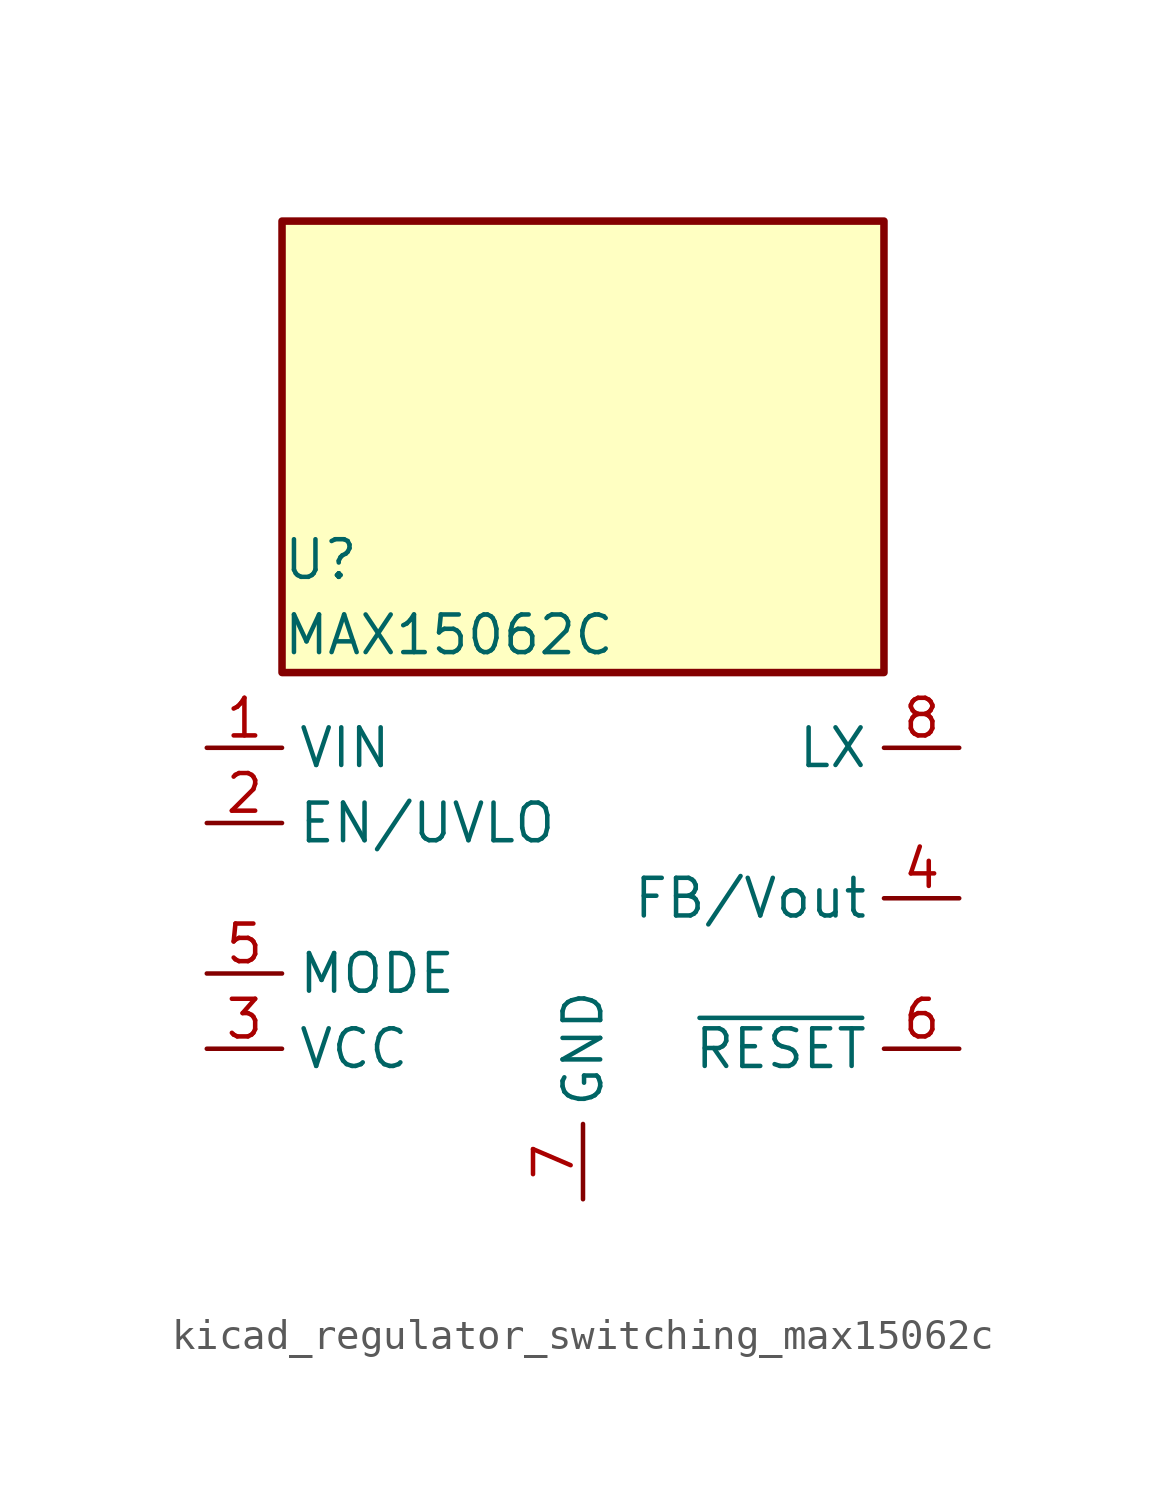
<source format=kicad_sym>
(kicad_symbol_lib
  (version 20220914)
  (generator kicad_symbol_editor)
  (symbol "kicad_regulator_switching_max15062c"
    (property "Reference" "U"
      (at -10.16 11.43 0)
      (effects (font (size 1.27 1.27)) (justify left)))
    (property "Value" "MAX15062C"
      (at -10.16 8.89 0)
      (effects (font (size 1.27 1.27)) (justify left)))
    (symbol "kicad_regulator_switching_max15062c_0_1"
      (rectangle (start 10.16 22.86) (end -10.16 7.62) (stroke (width 0.254) (type default)) (fill (type background))))
    (symbol "kicad_regulator_switching_max15062c_1_1"
      (pin power_in line (at -12.7 5.08 0) (length 2.54) (name "VIN" (effects (font (size 1.27 1.27)))) (number "1" (effects (font (size 1.27 1.27)))))
      (pin input line (at -12.7 2.54 0) (length 2.54) (name "EN/UVLO" (effects (font (size 1.27 1.27)))) (number "2" (effects (font (size 1.27 1.27)))))
      (pin power_out line (at -12.7 -5.08 0) (length 2.54) (name "VCC" (effects (font (size 1.27 1.27)))) (number "3" (effects (font (size 1.27 1.27)))))
      (pin input line (at 12.7 0 180) (length 2.54) (name "FB/Vout" (effects (font (size 1.27 1.27)))) (number "4" (effects (font (size 1.27 1.27)))))
      (pin input line (at -12.7 -2.54 0) (length 2.54) (name "MODE" (effects (font (size 1.27 1.27)))) (number "5" (effects (font (size 1.27 1.27)))))
      (pin open_collector line (at 12.7 -5.08 180) (length 2.54) (name "~{RESET}" (effects (font (size 1.27 1.27)))) (number "6" (effects (font (size 1.27 1.27)))))
      (pin power_in line (at 0 -10.16 90) (length 2.54) (name "GND" (effects (font (size 1.27 1.27)))) (number "7" (effects (font (size 1.27 1.27)))))
      (pin power_out line (at 12.7 5.08 180) (length 2.54) (name "LX" (effects (font (size 1.27 1.27)))) (number "8" (effects (font (size 1.27 1.27))))))))
</source>
